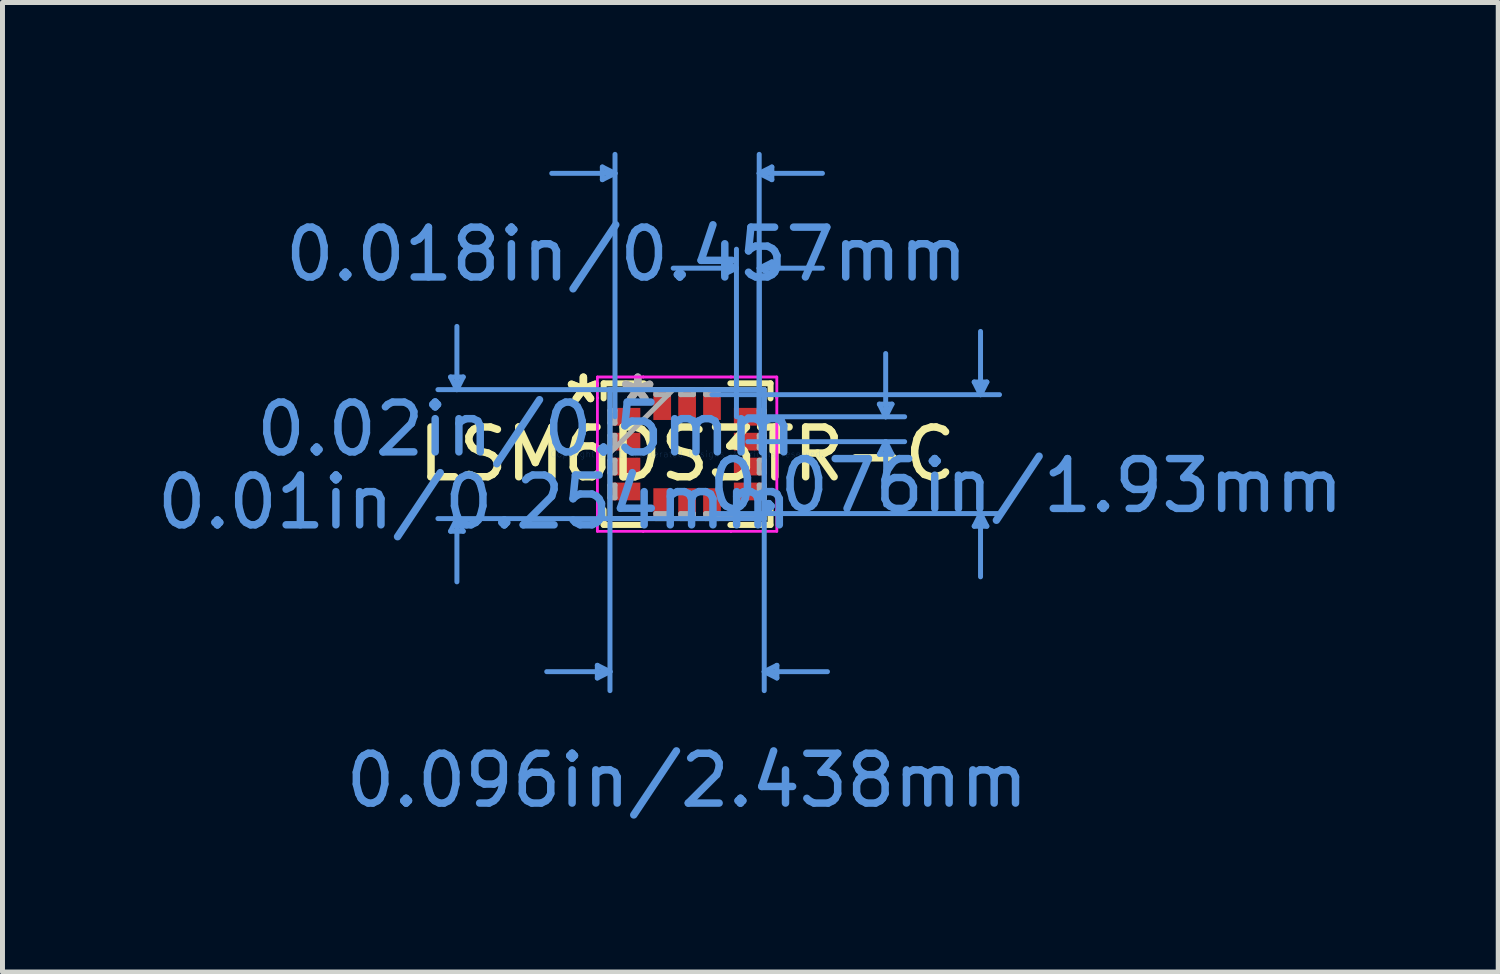
<source format=kicad_pcb>
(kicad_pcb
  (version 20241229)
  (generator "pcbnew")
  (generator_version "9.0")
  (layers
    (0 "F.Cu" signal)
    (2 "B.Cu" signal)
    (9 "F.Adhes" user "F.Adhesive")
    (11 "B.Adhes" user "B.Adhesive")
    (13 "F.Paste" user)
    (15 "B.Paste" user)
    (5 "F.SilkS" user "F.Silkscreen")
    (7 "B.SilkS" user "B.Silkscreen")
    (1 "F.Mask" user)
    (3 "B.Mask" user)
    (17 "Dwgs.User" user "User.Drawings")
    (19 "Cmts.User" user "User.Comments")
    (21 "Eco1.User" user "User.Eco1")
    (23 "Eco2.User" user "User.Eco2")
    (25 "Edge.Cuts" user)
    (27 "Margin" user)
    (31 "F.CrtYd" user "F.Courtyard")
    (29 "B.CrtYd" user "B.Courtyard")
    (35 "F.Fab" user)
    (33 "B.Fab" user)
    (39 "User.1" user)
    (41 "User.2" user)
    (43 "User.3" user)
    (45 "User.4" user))
  (footprint "LSM6DS3TR-C"
    (layer "F.Cu")
    (at 10.749 6.07)
    (property "Reference" "LSM6DS3TR-C" (at 0 0 0) (layer "F.SilkS") (effects (font (size 1 1) (thickness 0.15))))
    (attr through_hole)
    (fp_line (start -1.676 -1.422) (end -1.676 -1.119) (stroke (width 0.12) (type solid)) (layer "F.SilkS"))
    (fp_line (start -1.676 1.119) (end -1.676 1.422) (stroke (width 0.12) (type solid)) (layer "F.SilkS"))
    (fp_line (start -1.676 1.422) (end -0.869 1.422) (stroke (width 0.12) (type solid)) (layer "F.SilkS"))
    (fp_line (start -0.869 -1.422) (end -1.676 -1.422) (stroke (width 0.12) (type solid)) (layer "F.SilkS"))
    (fp_line (start 0.869 1.422) (end 1.676 1.422) (stroke (width 0.12) (type solid)) (layer "F.SilkS"))
    (fp_line (start 1.676 -1.422) (end 0.869 -1.422) (stroke (width 0.12) (type solid)) (layer "F.SilkS"))
    (fp_line (start 1.676 -1.119) (end 1.676 -1.422) (stroke (width 0.12) (type solid)) (layer "F.SilkS"))
    (fp_line (start 1.676 1.422) (end 1.676 1.119) (stroke (width 0.12) (type solid)) (layer "F.SilkS"))
    (fp_poly (pts (xy 1.956 -0.441) (xy 1.956 -0.06) (xy 1.702 -0.06) (xy 1.702 -0.441)) (stroke (width 0.1) (type solid)) (fill yes) (layer "F.SilkS"))
    (fp_line (start -4.75 -1.549) (end -4.496 -1.549) (stroke (width 0.1) (type solid)) (layer "Cmts.User"))
    (fp_line (start -4.75 1.549) (end -4.496 1.549) (stroke (width 0.1) (type solid)) (layer "Cmts.User"))
    (fp_line (start -4.623 -1.295) (end -4.75 -1.549) (stroke (width 0.1) (type solid)) (layer "Cmts.User"))
    (fp_line (start -4.623 -1.295) (end -4.623 -2.565) (stroke (width 0.1) (type solid)) (layer "Cmts.User"))
    (fp_line (start -4.623 -1.295) (end -4.496 -1.549) (stroke (width 0.1) (type solid)) (layer "Cmts.User"))
    (fp_line (start -4.623 1.295) (end -4.75 1.549) (stroke (width 0.1) (type solid)) (layer "Cmts.User"))
    (fp_line (start -4.623 1.295) (end -4.623 2.565) (stroke (width 0.1) (type solid)) (layer "Cmts.User"))
    (fp_line (start -4.623 1.295) (end -4.496 1.549) (stroke (width 0.1) (type solid)) (layer "Cmts.User"))
    (fp_line (start -1.803 4.242) (end -1.803 4.496) (stroke (width 0.1) (type solid)) (layer "Cmts.User"))
    (fp_line (start -1.702 -5.766) (end -1.702 -5.512) (stroke (width 0.1) (type solid)) (layer "Cmts.User"))
    (fp_line (start -1.549 -1.295) (end -1.549 4.75) (stroke (width 0.1) (type solid)) (layer "Cmts.User"))
    (fp_line (start -1.549 4.369) (end -2.819 4.369) (stroke (width 0.1) (type solid)) (layer "Cmts.User"))
    (fp_line (start -1.549 4.369) (end -1.803 4.242) (stroke (width 0.1) (type solid)) (layer "Cmts.User"))
    (fp_line (start -1.549 4.369) (end -1.803 4.496) (stroke (width 0.1) (type solid)) (layer "Cmts.User"))
    (fp_line (start -1.448 -5.639) (end -2.718 -5.639) (stroke (width 0.1) (type solid)) (layer "Cmts.User"))
    (fp_line (start -1.448 -5.639) (end -1.702 -5.766) (stroke (width 0.1) (type solid)) (layer "Cmts.User"))
    (fp_line (start -1.448 -5.639) (end -1.702 -5.512) (stroke (width 0.1) (type solid)) (layer "Cmts.User"))
    (fp_line (start -1.448 -0.75) (end -1.448 -6.02) (stroke (width 0.1) (type solid)) (layer "Cmts.User"))
    (fp_line (start 0.5 -1.194) (end 6.274 -1.194) (stroke (width 0.1) (type solid)) (layer "Cmts.User"))
    (fp_line (start 0.5 1.194) (end 6.274 1.194) (stroke (width 0.1) (type solid)) (layer "Cmts.User"))
    (fp_line (start 0.737 -3.861) (end 0.737 -3.607) (stroke (width 0.1) (type solid)) (layer "Cmts.User"))
    (fp_line (start 0.991 -3.734) (end -0.279 -3.734) (stroke (width 0.1) (type solid)) (layer "Cmts.User"))
    (fp_line (start 0.991 -3.734) (end 0.737 -3.861) (stroke (width 0.1) (type solid)) (layer "Cmts.User"))
    (fp_line (start 0.991 -3.734) (end 0.737 -3.607) (stroke (width 0.1) (type solid)) (layer "Cmts.User"))
    (fp_line (start 0.991 -0.75) (end 0.991 -4.115) (stroke (width 0.1) (type solid)) (layer "Cmts.User"))
    (fp_line (start 1.219 -0.75) (end 4.369 -0.75) (stroke (width 0.1) (type solid)) (layer "Cmts.User"))
    (fp_line (start 1.219 -0.25) (end 4.369 -0.25) (stroke (width 0.1) (type solid)) (layer "Cmts.User"))
    (fp_line (start 1.448 -5.639) (end 1.702 -5.766) (stroke (width 0.1) (type solid)) (layer "Cmts.User"))
    (fp_line (start 1.448 -5.639) (end 1.702 -5.512) (stroke (width 0.1) (type solid)) (layer "Cmts.User"))
    (fp_line (start 1.448 -5.639) (end 2.718 -5.639) (stroke (width 0.1) (type solid)) (layer "Cmts.User"))
    (fp_line (start 1.448 -3.734) (end 1.702 -3.861) (stroke (width 0.1) (type solid)) (layer "Cmts.User"))
    (fp_line (start 1.448 -3.734) (end 1.702 -3.607) (stroke (width 0.1) (type solid)) (layer "Cmts.User"))
    (fp_line (start 1.448 -3.734) (end 2.718 -3.734) (stroke (width 0.1) (type solid)) (layer "Cmts.User"))
    (fp_line (start 1.448 -0.75) (end 1.448 -6.02) (stroke (width 0.1) (type solid)) (layer "Cmts.User"))
    (fp_line (start 1.448 -0.75) (end 1.448 -4.115) (stroke (width 0.1) (type solid)) (layer "Cmts.User"))
    (fp_line (start 1.549 -1.295) (end -5.004 -1.295) (stroke (width 0.1) (type solid)) (layer "Cmts.User"))
    (fp_line (start 1.549 -1.295) (end 1.549 4.75) (stroke (width 0.1) (type solid)) (layer "Cmts.User"))
    (fp_line (start 1.549 1.295) (end -5.004 1.295) (stroke (width 0.1) (type solid)) (layer "Cmts.User"))
    (fp_line (start 1.549 4.369) (end 1.803 4.242) (stroke (width 0.1) (type solid)) (layer "Cmts.User"))
    (fp_line (start 1.549 4.369) (end 1.803 4.496) (stroke (width 0.1) (type solid)) (layer "Cmts.User"))
    (fp_line (start 1.549 4.369) (end 2.819 4.369) (stroke (width 0.1) (type solid)) (layer "Cmts.User"))
    (fp_line (start 1.702 -5.766) (end 1.702 -5.512) (stroke (width 0.1) (type solid)) (layer "Cmts.User"))
    (fp_line (start 1.702 -3.861) (end 1.702 -3.607) (stroke (width 0.1) (type solid)) (layer "Cmts.User"))
    (fp_line (start 1.803 4.242) (end 1.803 4.496) (stroke (width 0.1) (type solid)) (layer "Cmts.User"))
    (fp_line (start 3.861 -1.004) (end 4.115 -1.004) (stroke (width 0.1) (type solid)) (layer "Cmts.User"))
    (fp_line (start 3.861 0.004) (end 4.115 0.004) (stroke (width 0.1) (type solid)) (layer "Cmts.User"))
    (fp_line (start 3.988 -0.75) (end 3.861 -1.004) (stroke (width 0.1) (type solid)) (layer "Cmts.User"))
    (fp_line (start 3.988 -0.75) (end 3.988 -2.02) (stroke (width 0.1) (type solid)) (layer "Cmts.User"))
    (fp_line (start 3.988 -0.75) (end 4.115 -1.004) (stroke (width 0.1) (type solid)) (layer "Cmts.User"))
    (fp_line (start 3.988 -0.25) (end 3.861 0.004) (stroke (width 0.1) (type solid)) (layer "Cmts.User"))
    (fp_line (start 3.988 -0.25) (end 3.988 1.02) (stroke (width 0.1) (type solid)) (layer "Cmts.User"))
    (fp_line (start 3.988 -0.25) (end 4.115 0.004) (stroke (width 0.1) (type solid)) (layer "Cmts.User"))
    (fp_line (start 5.766 -1.448) (end 6.02 -1.448) (stroke (width 0.1) (type solid)) (layer "Cmts.User"))
    (fp_line (start 5.766 1.448) (end 6.02 1.448) (stroke (width 0.1) (type solid)) (layer "Cmts.User"))
    (fp_line (start 5.893 -1.194) (end 5.766 -1.448) (stroke (width 0.1) (type solid)) (layer "Cmts.User"))
    (fp_line (start 5.893 -1.194) (end 5.893 -2.464) (stroke (width 0.1) (type solid)) (layer "Cmts.User"))
    (fp_line (start 5.893 -1.194) (end 6.02 -1.448) (stroke (width 0.1) (type solid)) (layer "Cmts.User"))
    (fp_line (start 5.893 1.194) (end 5.766 1.448) (stroke (width 0.1) (type solid)) (layer "Cmts.User"))
    (fp_line (start 5.893 1.194) (end 5.893 2.464) (stroke (width 0.1) (type solid)) (layer "Cmts.User"))
    (fp_line (start 5.893 1.194) (end 6.02 1.448) (stroke (width 0.1) (type solid)) (layer "Cmts.User"))
    (fp_line (start -1.803 -1.549) (end -0.881 -1.549) (stroke (width 0.05) (type solid)) (layer "F.CrtYd"))
    (fp_line (start -1.803 -1.549) (end -0.881 -1.549) (stroke (width 0.05) (type solid)) (layer "F.CrtYd"))
    (fp_line (start -1.803 -1.131) (end -1.803 -1.549) (stroke (width 0.05) (type solid)) (layer "F.CrtYd"))
    (fp_line (start -1.803 -1.131) (end -1.803 -1.549) (stroke (width 0.05) (type solid)) (layer "F.CrtYd"))
    (fp_line (start -1.803 -1.131) (end -1.803 -1.131) (stroke (width 0.05) (type solid)) (layer "F.CrtYd"))
    (fp_line (start -1.803 -1.131) (end -1.803 -1.131) (stroke (width 0.05) (type solid)) (layer "F.CrtYd"))
    (fp_line (start -1.803 1.131) (end -1.803 -1.131) (stroke (width 0.05) (type solid)) (layer "F.CrtYd"))
    (fp_line (start -1.803 1.131) (end -1.803 -1.131) (stroke (width 0.05) (type solid)) (layer "F.CrtYd"))
    (fp_line (start -1.803 1.131) (end -1.803 1.131) (stroke (width 0.05) (type solid)) (layer "F.CrtYd"))
    (fp_line (start -1.803 1.131) (end -1.803 1.131) (stroke (width 0.05) (type solid)) (layer "F.CrtYd"))
    (fp_line (start -1.803 1.549) (end -1.803 1.131) (stroke (width 0.05) (type solid)) (layer "F.CrtYd"))
    (fp_line (start -1.803 1.549) (end -1.803 1.131) (stroke (width 0.05) (type solid)) (layer "F.CrtYd"))
    (fp_line (start -0.881 -1.549) (end -0.881 -1.549) (stroke (width 0.05) (type solid)) (layer "F.CrtYd"))
    (fp_line (start -0.881 -1.549) (end -0.881 -1.549) (stroke (width 0.05) (type solid)) (layer "F.CrtYd"))
    (fp_line (start -0.881 -1.549) (end 0.881 -1.549) (stroke (width 0.05) (type solid)) (layer "F.CrtYd"))
    (fp_line (start -0.881 -1.549) (end 0.881 -1.549) (stroke (width 0.05) (type solid)) (layer "F.CrtYd"))
    (fp_line (start -0.881 1.549) (end -1.803 1.549) (stroke (width 0.05) (type solid)) (layer "F.CrtYd"))
    (fp_line (start -0.881 1.549) (end -1.803 1.549) (stroke (width 0.05) (type solid)) (layer "F.CrtYd"))
    (fp_line (start -0.881 1.549) (end -0.881 1.549) (stroke (width 0.05) (type solid)) (layer "F.CrtYd"))
    (fp_line (start -0.881 1.549) (end -0.881 1.549) (stroke (width 0.05) (type solid)) (layer "F.CrtYd"))
    (fp_line (start 0.881 -1.549) (end 0.881 -1.549) (stroke (width 0.05) (type solid)) (layer "F.CrtYd"))
    (fp_line (start 0.881 -1.549) (end 0.881 -1.549) (stroke (width 0.05) (type solid)) (layer "F.CrtYd"))
    (fp_line (start 0.881 -1.549) (end 1.803 -1.549) (stroke (width 0.05) (type solid)) (layer "F.CrtYd"))
    (fp_line (start 0.881 -1.549) (end 1.803 -1.549) (stroke (width 0.05) (type solid)) (layer "F.CrtYd"))
    (fp_line (start 0.881 1.549) (end -0.881 1.549) (stroke (width 0.05) (type solid)) (layer "F.CrtYd"))
    (fp_line (start 0.881 1.549) (end -0.881 1.549) (stroke (width 0.05) (type solid)) (layer "F.CrtYd"))
    (fp_line (start 0.881 1.549) (end 0.881 1.549) (stroke (width 0.05) (type solid)) (layer "F.CrtYd"))
    (fp_line (start 0.881 1.549) (end 0.881 1.549) (stroke (width 0.05) (type solid)) (layer "F.CrtYd"))
    (fp_line (start 1.803 -1.549) (end 1.803 -1.131) (stroke (width 0.05) (type solid)) (layer "F.CrtYd"))
    (fp_line (start 1.803 -1.549) (end 1.803 -1.131) (stroke (width 0.05) (type solid)) (layer "F.CrtYd"))
    (fp_line (start 1.803 -1.131) (end 1.803 -1.131) (stroke (width 0.05) (type solid)) (layer "F.CrtYd"))
    (fp_line (start 1.803 -1.131) (end 1.803 -1.131) (stroke (width 0.05) (type solid)) (layer "F.CrtYd"))
    (fp_line (start 1.803 -1.131) (end 1.803 1.131) (stroke (width 0.05) (type solid)) (layer "F.CrtYd"))
    (fp_line (start 1.803 -1.131) (end 1.803 1.131) (stroke (width 0.05) (type solid)) (layer "F.CrtYd"))
    (fp_line (start 1.803 1.131) (end 1.803 1.131) (stroke (width 0.05) (type solid)) (layer "F.CrtYd"))
    (fp_line (start 1.803 1.131) (end 1.803 1.131) (stroke (width 0.05) (type solid)) (layer "F.CrtYd"))
    (fp_line (start 1.803 1.131) (end 1.803 1.549) (stroke (width 0.05) (type solid)) (layer "F.CrtYd"))
    (fp_line (start 1.803 1.131) (end 1.803 1.549) (stroke (width 0.05) (type solid)) (layer "F.CrtYd"))
    (fp_line (start 1.803 1.549) (end 0.881 1.549) (stroke (width 0.05) (type solid)) (layer "F.CrtYd"))
    (fp_line (start 1.803 1.549) (end 0.881 1.549) (stroke (width 0.05) (type solid)) (layer "F.CrtYd"))
    (fp_line (start -1.549 -1.295) (end -1.549 -1.295) (stroke (width 0.1) (type solid)) (layer "F.Fab"))
    (fp_line (start -1.549 -1.295) (end -1.549 1.295) (stroke (width 0.1) (type solid)) (layer "F.Fab"))
    (fp_line (start -1.549 -0.877) (end -1.448 -0.877) (stroke (width 0.1) (type solid)) (layer "F.Fab"))
    (fp_line (start -1.549 -0.623) (end -1.549 -0.877) (stroke (width 0.1) (type solid)) (layer "F.Fab"))
    (fp_line (start -1.549 -0.377) (end -1.448 -0.377) (stroke (width 0.1) (type solid)) (layer "F.Fab"))
    (fp_line (start -1.549 -0.123) (end -1.549 -0.377) (stroke (width 0.1) (type solid)) (layer "F.Fab"))
    (fp_line (start -1.549 -0.025) (end -0.279 -1.295) (stroke (width 0.1) (type solid)) (layer "F.Fab"))
    (fp_line (start -1.549 0.123) (end -1.448 0.123) (stroke (width 0.1) (type solid)) (layer "F.Fab"))
    (fp_line (start -1.549 0.377) (end -1.549 0.123) (stroke (width 0.1) (type solid)) (layer "F.Fab"))
    (fp_line (start -1.549 0.623) (end -1.448 0.623) (stroke (width 0.1) (type solid)) (layer "F.Fab"))
    (fp_line (start -1.549 0.877) (end -1.549 0.623) (stroke (width 0.1) (type solid)) (layer "F.Fab"))
    (fp_line (start -1.549 1.295) (end -1.549 1.295) (stroke (width 0.1) (type solid)) (layer "F.Fab"))
    (fp_line (start -1.549 1.295) (end 1.549 1.295) (stroke (width 0.1) (type solid)) (layer "F.Fab"))
    (fp_line (start -1.448 -0.877) (end -1.448 -0.623) (stroke (width 0.1) (type solid)) (layer "F.Fab"))
    (fp_line (start -1.448 -0.623) (end -1.549 -0.623) (stroke (width 0.1) (type solid)) (layer "F.Fab"))
    (fp_line (start -1.448 -0.377) (end -1.448 -0.123) (stroke (width 0.1) (type solid)) (layer "F.Fab"))
    (fp_line (start -1.448 -0.123) (end -1.549 -0.123) (stroke (width 0.1) (type solid)) (layer "F.Fab"))
    (fp_line (start -1.448 0.123) (end -1.448 0.377) (stroke (width 0.1) (type solid)) (layer "F.Fab"))
    (fp_line (start -1.448 0.377) (end -1.549 0.377) (stroke (width 0.1) (type solid)) (layer "F.Fab"))
    (fp_line (start -1.448 0.623) (end -1.448 0.877) (stroke (width 0.1) (type solid)) (layer "F.Fab"))
    (fp_line (start -1.448 0.877) (end -1.549 0.877) (stroke (width 0.1) (type solid)) (layer "F.Fab"))
    (fp_line (start -0.627 -1.295) (end -0.373 -1.295) (stroke (width 0.1) (type solid)) (layer "F.Fab"))
    (fp_line (start -0.627 -1.194) (end -0.627 -1.295) (stroke (width 0.1) (type solid)) (layer "F.Fab"))
    (fp_line (start -0.627 1.194) (end -0.373 1.194) (stroke (width 0.1) (type solid)) (layer "F.Fab"))
    (fp_line (start -0.627 1.295) (end -0.627 1.194) (stroke (width 0.1) (type solid)) (layer "F.Fab"))
    (fp_line (start -0.373 -1.295) (end -0.373 -1.194) (stroke (width 0.1) (type solid)) (layer "F.Fab"))
    (fp_line (start -0.373 -1.194) (end -0.627 -1.194) (stroke (width 0.1) (type solid)) (layer "F.Fab"))
    (fp_line (start -0.373 1.194) (end -0.373 1.295) (stroke (width 0.1) (type solid)) (layer "F.Fab"))
    (fp_line (start -0.373 1.295) (end -0.627 1.295) (stroke (width 0.1) (type solid)) (layer "F.Fab"))
    (fp_line (start -0.127 -1.295) (end 0.127 -1.295) (stroke (width 0.1) (type solid)) (layer "F.Fab"))
    (fp_line (start -0.127 -1.194) (end -0.127 -1.295) (stroke (width 0.1) (type solid)) (layer "F.Fab"))
    (fp_line (start -0.127 1.194) (end 0.127 1.194) (stroke (width 0.1) (type solid)) (layer "F.Fab"))
    (fp_line (start -0.127 1.295) (end -0.127 1.194) (stroke (width 0.1) (type solid)) (layer "F.Fab"))
    (fp_line (start 0.127 -1.295) (end 0.127 -1.194) (stroke (width 0.1) (type solid)) (layer "F.Fab"))
    (fp_line (start 0.127 -1.194) (end -0.127 -1.194) (stroke (width 0.1) (type solid)) (layer "F.Fab"))
    (fp_line (start 0.127 1.194) (end 0.127 1.295) (stroke (width 0.1) (type solid)) (layer "F.Fab"))
    (fp_line (start 0.127 1.295) (end -0.127 1.295) (stroke (width 0.1) (type solid)) (layer "F.Fab"))
    (fp_line (start 0.373 -1.295) (end 0.627 -1.295) (stroke (width 0.1) (type solid)) (layer "F.Fab"))
    (fp_line (start 0.373 -1.194) (end 0.373 -1.295) (stroke (width 0.1) (type solid)) (layer "F.Fab"))
    (fp_line (start 0.373 1.194) (end 0.627 1.194) (stroke (width 0.1) (type solid)) (layer "F.Fab"))
    (fp_line (start 0.373 1.295) (end 0.373 1.194) (stroke (width 0.1) (type solid)) (layer "F.Fab"))
    (fp_line (start 0.627 -1.295) (end 0.627 -1.194) (stroke (width 0.1) (type solid)) (layer "F.Fab"))
    (fp_line (start 0.627 -1.194) (end 0.373 -1.194) (stroke (width 0.1) (type solid)) (layer "F.Fab"))
    (fp_line (start 0.627 1.194) (end 0.627 1.295) (stroke (width 0.1) (type solid)) (layer "F.Fab"))
    (fp_line (start 0.627 1.295) (end 0.373 1.295) (stroke (width 0.1) (type solid)) (layer "F.Fab"))
    (fp_line (start 1.448 -0.877) (end 1.549 -0.877) (stroke (width 0.1) (type solid)) (layer "F.Fab"))
    (fp_line (start 1.448 -0.623) (end 1.448 -0.877) (stroke (width 0.1) (type solid)) (layer "F.Fab"))
    (fp_line (start 1.448 -0.377) (end 1.549 -0.377) (stroke (width 0.1) (type solid)) (layer "F.Fab"))
    (fp_line (start 1.448 -0.123) (end 1.448 -0.377) (stroke (width 0.1) (type solid)) (layer "F.Fab"))
    (fp_line (start 1.448 0.123) (end 1.549 0.123) (stroke (width 0.1) (type solid)) (layer "F.Fab"))
    (fp_line (start 1.448 0.377) (end 1.448 0.123) (stroke (width 0.1) (type solid)) (layer "F.Fab"))
    (fp_line (start 1.448 0.623) (end 1.549 0.623) (stroke (width 0.1) (type solid)) (layer "F.Fab"))
    (fp_line (start 1.448 0.877) (end 1.448 0.623) (stroke (width 0.1) (type solid)) (layer "F.Fab"))
    (fp_line (start 1.549 -1.295) (end -1.549 -1.295) (stroke (width 0.1) (type solid)) (layer "F.Fab"))
    (fp_line (start 1.549 -1.295) (end 1.549 -1.295) (stroke (width 0.1) (type solid)) (layer "F.Fab"))
    (fp_line (start 1.549 -0.877) (end 1.549 -0.623) (stroke (width 0.1) (type solid)) (layer "F.Fab"))
    (fp_line (start 1.549 -0.623) (end 1.448 -0.623) (stroke (width 0.1) (type solid)) (layer "F.Fab"))
    (fp_line (start 1.549 -0.377) (end 1.549 -0.123) (stroke (width 0.1) (type solid)) (layer "F.Fab"))
    (fp_line (start 1.549 -0.123) (end 1.448 -0.123) (stroke (width 0.1) (type solid)) (layer "F.Fab"))
    (fp_line (start 1.549 0.123) (end 1.549 0.377) (stroke (width 0.1) (type solid)) (layer "F.Fab"))
    (fp_line (start 1.549 0.377) (end 1.448 0.377) (stroke (width 0.1) (type solid)) (layer "F.Fab"))
    (fp_line (start 1.549 0.623) (end 1.549 0.877) (stroke (width 0.1) (type solid)) (layer "F.Fab"))
    (fp_line (start 1.549 0.877) (end 1.448 0.877) (stroke (width 0.1) (type solid)) (layer "F.Fab"))
    (fp_line (start 1.549 1.295) (end 1.549 -1.295) (stroke (width 0.1) (type solid)) (layer "F.Fab"))
    (fp_line (start 1.549 1.295) (end 1.549 1.295) (stroke (width 0.1) (type solid)) (layer "F.Fab"))
    (fp_text user "*" (at -2.083 -1 0) (layer "F.SilkS") (effects (font (size 1 1) (thickness 0.15))))
    (fp_text user "*" (at -2.083 -1 0) (layer "F.SilkS") (effects (font (size 1 1) (thickness 0.15))))
    (fp_text user "Copyright 2021 Accelerated Designs. All rights reserved." (at 0 0 0) (layer "Cmts.User") (effects (font (size 0.127 0.127) (thickness 0.002))))
    (fp_text user "0.02in/0.5mm" (at -3.226 -0.5 0) (layer "Cmts.User") (effects (font (size 1 1) (thickness 0.15))))
    (fp_text user "0.096in/2.438mm" (at 0 6.553 0) (layer "Cmts.User") (effects (font (size 1 1) (thickness 0.15))))
    (fp_text user "0.076in/1.93mm" (at 6.807 0.635 0) (layer "Cmts.User") (effects (font (size 1 1) (thickness 0.15))))
    (fp_text user "0.018in/0.457mm" (at -1.219 -4.013 0) (layer "Cmts.User") (effects (font (size 1 1) (thickness 0.15))))
    (fp_text user "0.01in/0.254mm" (at -4.267 0.965 0) (layer "Cmts.User") (effects (font (size 1 1) (thickness 0.15))))
    (fp_text user "*" (at -0.991 -1 0) (layer "F.Fab") (effects (font (size 1 1) (thickness 0.15))))
    (fp_text user "*" (at -0.991 -1 0) (layer "F.Fab") (effects (font (size 1 1) (thickness 0.15))))
    (pad "1" smd rect (at -1.219 -0.75 90) (size 0.356 0.559) (layers "F.Cu" "F.Mask" "F.Paste"))
    (pad "2" smd rect (at -1.219 -0.25 90) (size 0.356 0.559) (layers "F.Cu" "F.Mask" "F.Paste"))
    (pad "3" smd rect (at -1.219 0.25 90) (size 0.356 0.559) (layers "F.Cu" "F.Mask" "F.Paste"))
    (pad "4" smd rect (at -1.219 0.75 90) (size 0.356 0.559) (layers "F.Cu" "F.Mask" "F.Paste"))
    (pad "5" smd rect (at -0.5 0.965) (size 0.356 0.559) (layers "F.Cu" "F.Mask" "F.Paste"))
    (pad "6" smd rect (at 0 0.965) (size 0.356 0.559) (layers "F.Cu" "F.Mask" "F.Paste"))
    (pad "7" smd rect (at 0.5 0.965) (size 0.356 0.559) (layers "F.Cu" "F.Mask" "F.Paste"))
    (pad "8" smd rect (at 1.219 0.75 90) (size 0.356 0.559) (layers "F.Cu" "F.Mask" "F.Paste"))
    (pad "9" smd rect (at 1.219 0.25 90) (size 0.356 0.559) (layers "F.Cu" "F.Mask" "F.Paste"))
    (pad "10" smd rect (at 1.219 -0.25 90) (size 0.356 0.559) (layers "F.Cu" "F.Mask" "F.Paste"))
    (pad "11" smd rect (at 1.219 -0.75 90) (size 0.356 0.559) (layers "F.Cu" "F.Mask" "F.Paste"))
    (pad "12" smd rect (at 0.5 -0.965) (size 0.356 0.559) (layers "F.Cu" "F.Mask" "F.Paste"))
    (pad "13" smd rect (at 0 -0.965) (size 0.356 0.559) (layers "F.Cu" "F.Mask" "F.Paste"))
    (pad "14" smd rect (at -0.5 -0.965) (size 0.356 0.559) (layers "F.Cu" "F.Mask" "F.Paste")))
  (gr_rect
    (start -3 -3)
    (end 27.039 16.471)
    (stroke (width 0.1) (type default))
    (fill no)
    (layer "Edge.Cuts")))
</source>
